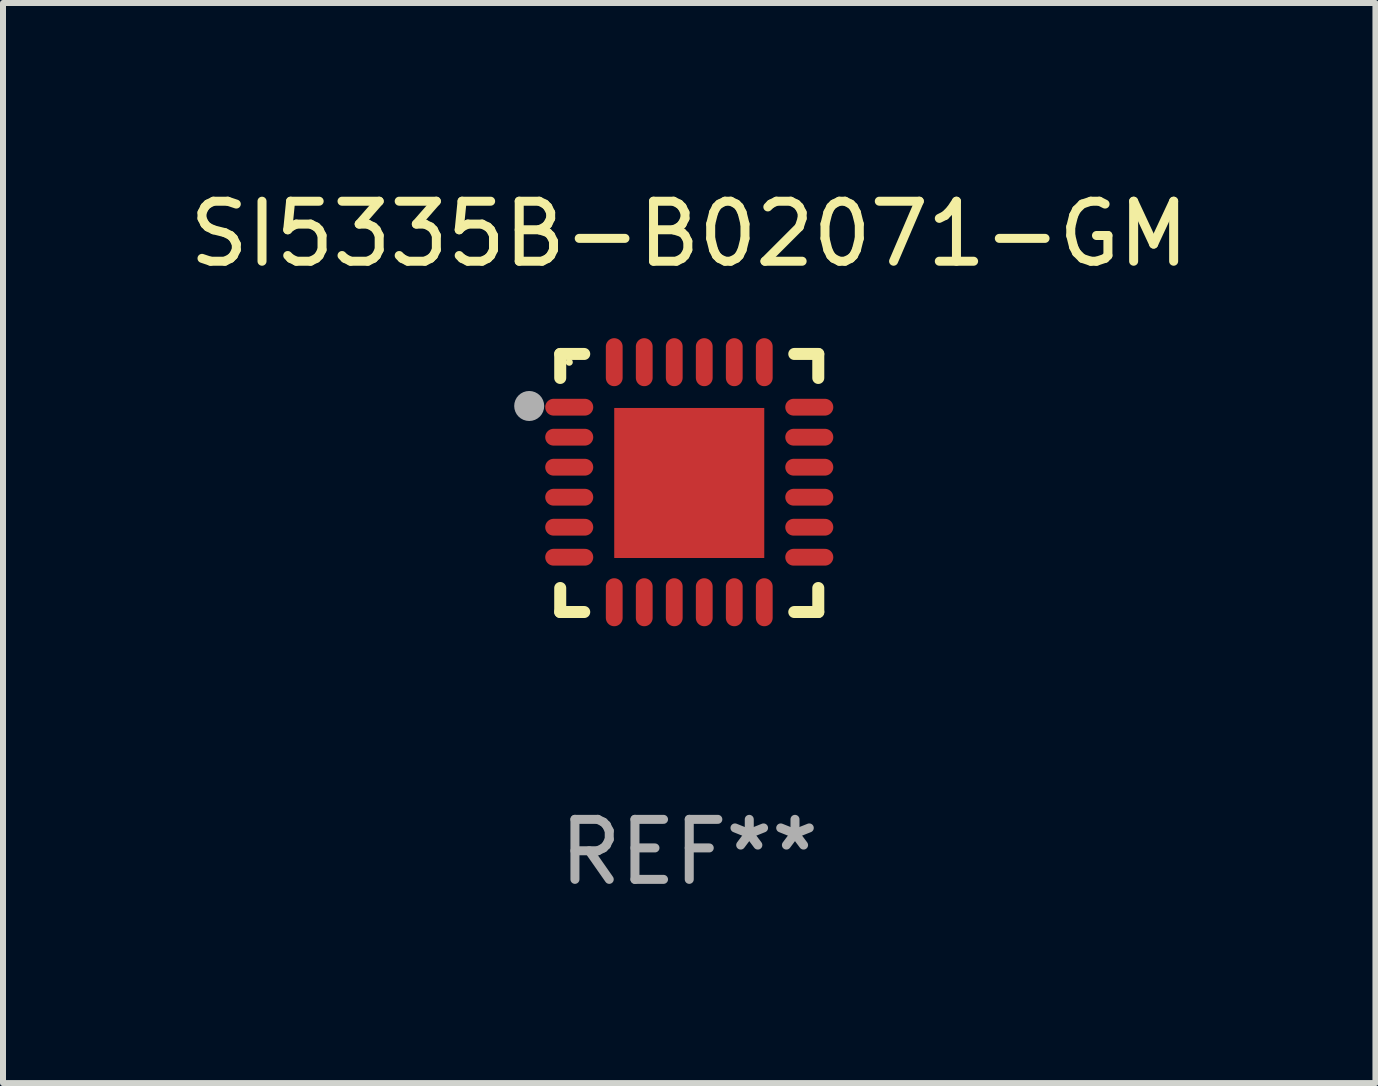
<source format=kicad_pcb>
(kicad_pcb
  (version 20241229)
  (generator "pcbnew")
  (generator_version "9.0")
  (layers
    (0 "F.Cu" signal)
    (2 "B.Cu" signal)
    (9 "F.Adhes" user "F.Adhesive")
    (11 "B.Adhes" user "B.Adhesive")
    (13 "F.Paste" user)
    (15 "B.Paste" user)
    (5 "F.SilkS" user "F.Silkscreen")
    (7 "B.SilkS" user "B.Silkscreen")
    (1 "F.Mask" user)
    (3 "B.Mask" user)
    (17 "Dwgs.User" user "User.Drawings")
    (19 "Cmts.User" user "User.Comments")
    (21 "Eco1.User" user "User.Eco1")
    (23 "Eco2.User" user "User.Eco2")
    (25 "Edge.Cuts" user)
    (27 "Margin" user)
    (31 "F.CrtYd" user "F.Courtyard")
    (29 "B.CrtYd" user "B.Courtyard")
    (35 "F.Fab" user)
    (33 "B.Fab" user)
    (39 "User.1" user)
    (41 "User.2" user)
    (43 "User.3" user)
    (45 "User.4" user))
  (footprint "SI5335B-B02071-GM"
    (layer "F.Cu")
    (at 8.435 4.998)
    (property "Reference" "SI5335B-B02071-GM" (at 0 -4.15 0) (layer "F.SilkS") (effects (font (size 1 1) (thickness 0.15))))
    (attr through_hole)
    (fp_line (start -2.15 -2.15) (end -1.75 -2.15) (stroke (width 0.2) (type solid)) (layer "F.SilkS"))
    (fp_line (start -2.15 -1.75) (end -2.15 -2.15) (stroke (width 0.2) (type solid)) (layer "F.SilkS"))
    (fp_line (start -2.15 2.15) (end -2.15 1.75) (stroke (width 0.2) (type solid)) (layer "F.SilkS"))
    (fp_line (start -1.75 2.15) (end -2.15 2.15) (stroke (width 0.2) (type solid)) (layer "F.SilkS"))
    (fp_line (start 1.75 -2.15) (end 2.15 -2.15) (stroke (width 0.2) (type solid)) (layer "F.SilkS"))
    (fp_line (start 1.75 2.15) (end 2.15 2.15) (stroke (width 0.2) (type solid)) (layer "F.SilkS"))
    (fp_line (start 2.15 -2.15) (end 2.15 -1.75) (stroke (width 0.2) (type solid)) (layer "F.SilkS"))
    (fp_line (start 2.15 2.15) (end 2.15 1.75) (stroke (width 0.2) (type solid)) (layer "F.SilkS"))
    (fp_circle (center -2 -2.013) (end -1.97 -2.013) (stroke (width 0.06) (type solid)) (fill no) (layer "F.SilkS"))
    (fp_circle (center -2.667 -1.283) (end -2.542 -1.283) (stroke (width 0.25) (type solid)) (fill no) (layer "F.Fab"))
    (fp_text user "REF**" (at 0 6.15 0) (layer "F.Fab") (effects (font (size 1 1) (thickness 0.15))))
    (pad "1" smd oval (at -2 -1.263) (size 0.8 0.28) (layers "F.Cu" "F.Mask" "F.Paste"))
    (pad "2" smd oval (at -2 -0.763) (size 0.8 0.28) (layers "F.Cu" "F.Mask" "F.Paste"))
    (pad "3" smd oval (at -2 -0.263) (size 0.8 0.28) (layers "F.Cu" "F.Mask" "F.Paste"))
    (pad "4" smd oval (at -2 0.237) (size 0.8 0.28) (layers "F.Cu" "F.Mask" "F.Paste"))
    (pad "5" smd oval (at -2 0.737) (size 0.8 0.28) (layers "F.Cu" "F.Mask" "F.Paste"))
    (pad "6" smd oval (at -2 1.237) (size 0.8 0.28) (layers "F.Cu" "F.Mask" "F.Paste"))
    (pad "7" smd oval (at -1.25 1.987) (size 0.28 0.8) (layers "F.Cu" "F.Mask" "F.Paste"))
    (pad "8" smd oval (at -0.75 1.987) (size 0.28 0.8) (layers "F.Cu" "F.Mask" "F.Paste"))
    (pad "9" smd oval (at -0.25 1.987) (size 0.28 0.8) (layers "F.Cu" "F.Mask" "F.Paste"))
    (pad "10" smd oval (at 0.25 1.987) (size 0.28 0.8) (layers "F.Cu" "F.Mask" "F.Paste"))
    (pad "11" smd oval (at 0.75 1.987) (size 0.28 0.8) (layers "F.Cu" "F.Mask" "F.Paste"))
    (pad "12" smd oval (at 1.25 1.987) (size 0.28 0.8) (layers "F.Cu" "F.Mask" "F.Paste"))
    (pad "13" smd oval (at 2 1.237) (size 0.8 0.28) (layers "F.Cu" "F.Mask" "F.Paste"))
    (pad "14" smd oval (at 2 0.737) (size 0.8 0.28) (layers "F.Cu" "F.Mask" "F.Paste"))
    (pad "15" smd oval (at 2 0.237) (size 0.8 0.28) (layers "F.Cu" "F.Mask" "F.Paste"))
    (pad "16" smd oval (at 2 -0.263) (size 0.8 0.28) (layers "F.Cu" "F.Mask" "F.Paste"))
    (pad "17" smd oval (at 2 -0.763) (size 0.8 0.28) (layers "F.Cu" "F.Mask" "F.Paste"))
    (pad "18" smd oval (at 2 -1.263) (size 0.8 0.28) (layers "F.Cu" "F.Mask" "F.Paste"))
    (pad "19" smd oval (at 1.25 -2.013) (size 0.28 0.8) (layers "F.Cu" "F.Mask" "F.Paste"))
    (pad "20" smd oval (at 0.75 -2.013) (size 0.28 0.8) (layers "F.Cu" "F.Mask" "F.Paste"))
    (pad "21" smd oval (at 0.25 -2.013) (size 0.28 0.8) (layers "F.Cu" "F.Mask" "F.Paste"))
    (pad "22" smd oval (at -0.25 -2.013) (size 0.28 0.8) (layers "F.Cu" "F.Mask" "F.Paste"))
    (pad "23" smd oval (at -0.75 -2.013) (size 0.28 0.8) (layers "F.Cu" "F.Mask" "F.Paste"))
    (pad "24" smd oval (at -1.25 -2.013) (size 0.28 0.8) (layers "F.Cu" "F.Mask" "F.Paste"))
    (pad "25" smd rect (at -0.000127 -0.00014) (size 2.5 2.5) (layers "F.Cu" "F.Mask" "F.Paste")))
  (gr_rect
    (start -3 -3)
    (end 19.869 14.997)
    (stroke (width 0.1) (type default))
    (fill no)
    (layer "Edge.Cuts")))
</source>
